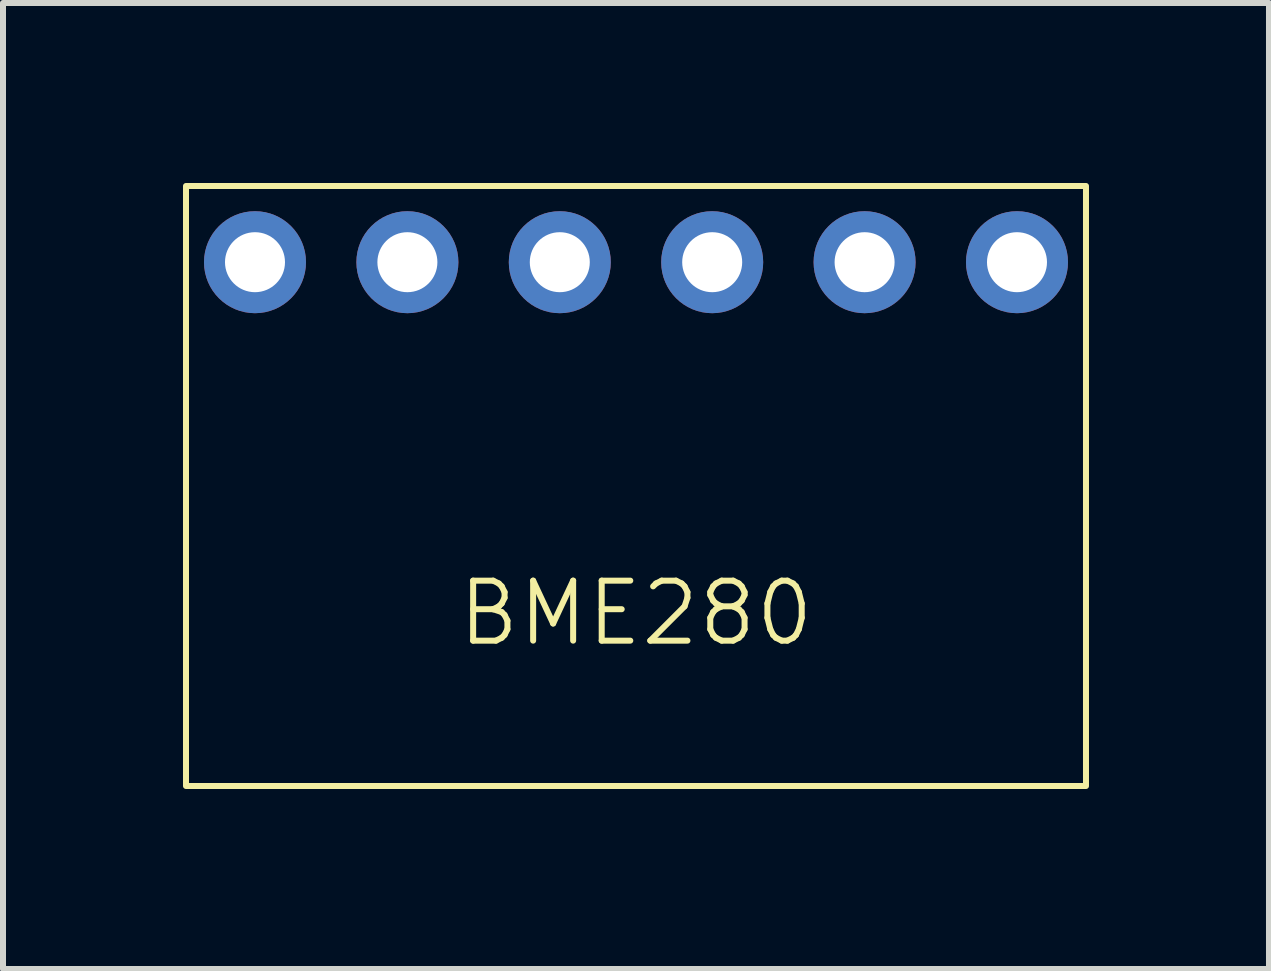
<source format=kicad_pcb>
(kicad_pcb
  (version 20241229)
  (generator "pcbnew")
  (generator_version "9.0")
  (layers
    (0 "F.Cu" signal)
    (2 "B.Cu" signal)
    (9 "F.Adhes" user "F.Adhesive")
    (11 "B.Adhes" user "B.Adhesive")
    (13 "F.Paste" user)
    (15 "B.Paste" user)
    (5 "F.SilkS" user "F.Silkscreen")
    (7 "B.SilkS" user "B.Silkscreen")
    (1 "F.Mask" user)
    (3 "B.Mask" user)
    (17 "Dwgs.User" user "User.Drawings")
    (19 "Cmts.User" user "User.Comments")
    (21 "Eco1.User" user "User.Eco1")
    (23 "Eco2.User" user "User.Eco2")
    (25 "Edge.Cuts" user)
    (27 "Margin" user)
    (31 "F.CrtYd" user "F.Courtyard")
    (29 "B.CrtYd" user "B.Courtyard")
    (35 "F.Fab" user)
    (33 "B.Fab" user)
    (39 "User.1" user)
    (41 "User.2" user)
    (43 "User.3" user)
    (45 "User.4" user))
  (footprint "BME280"
    (layer "F.Cu")
    (at 7.55 7.67)
    (property "Reference" "BME280" (at 0 -0.5 0) (unlocked yes) (layer "F.SilkS") (effects (font (size 1 1) (thickness 0.1))))
    (attr through_hole)
    (fp_rect (start -7.5 -7.62) (end 7.5 2.38) (stroke (width 0.1) (type default)) (fill no) (layer "F.SilkS"))
    (pad "1" thru_hole circle (at -6.35 -6.35) (size 1.7 1.7) (drill 1) (layers "*.Cu" "*.Mask"))
    (pad "2" thru_hole circle (at -3.81 -6.35) (size 1.7 1.7) (drill 1) (layers "*.Cu" "*.Mask"))
    (pad "3" thru_hole circle (at -1.27 -6.35) (size 1.7 1.7) (drill 1) (layers "*.Cu" "*.Mask"))
    (pad "4" thru_hole circle (at 1.27 -6.35) (size 1.7 1.7) (drill 1) (layers "*.Cu" "*.Mask"))
    (pad "5" thru_hole circle (at 3.81 -6.35) (size 1.7 1.7) (drill 1) (layers "*.Cu" "*.Mask"))
    (pad "6" thru_hole circle (at 6.35 -6.35) (size 1.7 1.7) (drill 1) (layers "*.Cu" "*.Mask")))
  (gr_rect
    (start -3 -3)
    (end 18.1 13.1)
    (stroke (width 0.1) (type default))
    (fill no)
    (layer "Edge.Cuts")))
</source>
